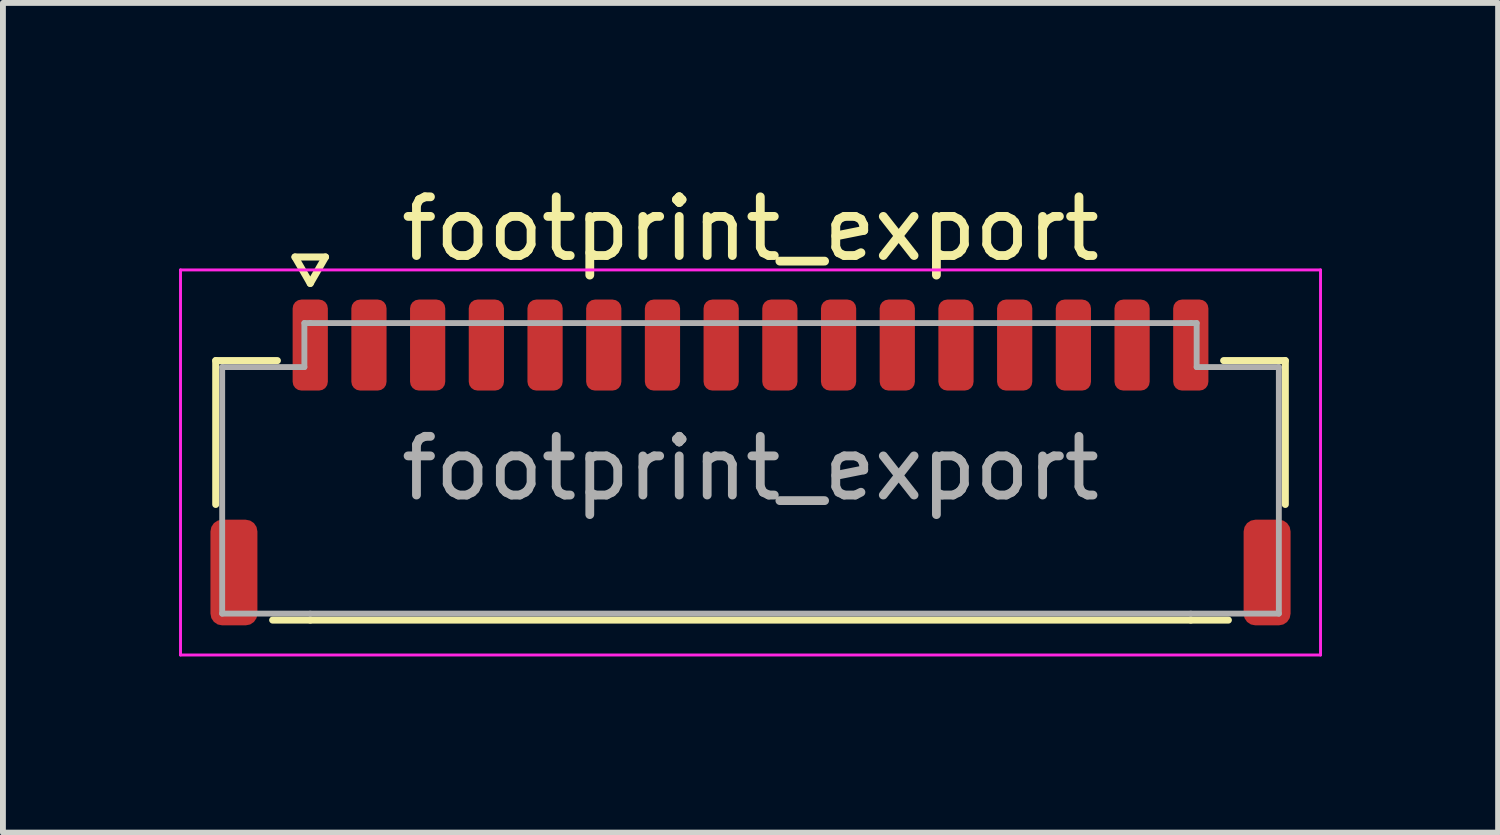
<source format=kicad_pcb>
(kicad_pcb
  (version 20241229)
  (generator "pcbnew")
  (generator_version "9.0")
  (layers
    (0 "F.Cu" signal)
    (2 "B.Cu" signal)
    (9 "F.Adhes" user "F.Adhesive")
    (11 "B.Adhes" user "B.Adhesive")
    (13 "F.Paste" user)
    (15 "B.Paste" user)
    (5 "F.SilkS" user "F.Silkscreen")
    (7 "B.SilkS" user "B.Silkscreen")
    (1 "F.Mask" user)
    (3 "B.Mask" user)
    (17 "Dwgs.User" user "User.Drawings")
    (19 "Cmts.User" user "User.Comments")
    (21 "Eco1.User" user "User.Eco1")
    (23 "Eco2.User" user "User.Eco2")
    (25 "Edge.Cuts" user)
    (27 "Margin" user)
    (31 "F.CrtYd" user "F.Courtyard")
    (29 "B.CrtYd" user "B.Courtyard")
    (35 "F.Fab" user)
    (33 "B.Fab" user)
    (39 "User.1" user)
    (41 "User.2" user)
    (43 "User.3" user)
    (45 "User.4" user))
  (footprint "footprint_export"
    (layer "F.Cu")
    (at 9.735 4.928)
    (property "Reference" "footprint_export" (at 0 -4.08 0) (layer "F.SilkS") (effects (font (size 1 1) (thickness 0.15))))
    (attr smd)
    (fp_line (start -9.11 -1.835) (end -8.06 -1.835) (stroke (width 0.12) (type solid)) (layer "F.SilkS"))
    (fp_line (start -9.11 0.615) (end -9.11 -1.835) (stroke (width 0.12) (type solid)) (layer "F.SilkS"))
    (fp_line (start -7.76 -3.6) (end -7.5 -3.15) (stroke (width 0.12) (type solid)) (layer "F.SilkS"))
    (fp_line (start -7.5 -3.15) (end -7.24 -3.6) (stroke (width 0.12) (type solid)) (layer "F.SilkS"))
    (fp_line (start -7.5 2.585) (end -8.14 2.585) (stroke (width 0.12) (type solid)) (layer "F.SilkS"))
    (fp_line (start -7.24 -3.6) (end -7.76 -3.6) (stroke (width 0.12) (type solid)) (layer "F.SilkS"))
    (fp_line (start 7.5 2.585) (end -7.5 2.585) (stroke (width 0.12) (type solid)) (layer "F.SilkS"))
    (fp_line (start 8.06 -1.835) (end 9.11 -1.835) (stroke (width 0.12) (type solid)) (layer "F.SilkS"))
    (fp_line (start 8.14 2.585) (end 7.5 2.585) (stroke (width 0.12) (type solid)) (layer "F.SilkS"))
    (fp_line (start 9.11 -1.835) (end 9.11 0.615) (stroke (width 0.12) (type solid)) (layer "F.SilkS"))
    (fp_line (start -9.71 -3.38) (end -9.71 3.18) (stroke (width 0.05) (type solid)) (layer "F.CrtYd"))
    (fp_line (start -9.71 3.18) (end 9.71 3.18) (stroke (width 0.05) (type solid)) (layer "F.CrtYd"))
    (fp_line (start 9.71 -3.38) (end -9.71 -3.38) (stroke (width 0.05) (type solid)) (layer "F.CrtYd"))
    (fp_line (start 9.71 3.18) (end 9.71 -3.38) (stroke (width 0.05) (type solid)) (layer "F.CrtYd"))
    (fp_line (start -9 -1.725) (end -7.6 -1.725) (stroke (width 0.1) (type solid)) (layer "F.Fab"))
    (fp_line (start -9 2.475) (end -9 -1.725) (stroke (width 0.1) (type solid)) (layer "F.Fab"))
    (fp_line (start -7.6 -2.475) (end -7.5 -2.475) (stroke (width 0.1) (type solid)) (layer "F.Fab"))
    (fp_line (start -7.6 -1.725) (end -7.6 -2.475) (stroke (width 0.1) (type solid)) (layer "F.Fab"))
    (fp_line (start -7.5 -2.475) (end 7.5 -2.475) (stroke (width 0.1) (type solid)) (layer "F.Fab"))
    (fp_line (start -7.5 2.475) (end -9 2.475) (stroke (width 0.1) (type solid)) (layer "F.Fab"))
    (fp_line (start 7.5 -2.475) (end 7.6 -2.475) (stroke (width 0.1) (type solid)) (layer "F.Fab"))
    (fp_line (start 7.5 2.475) (end -7.5 2.475) (stroke (width 0.1) (type solid)) (layer "F.Fab"))
    (fp_line (start 7.6 -2.475) (end 7.6 -1.725) (stroke (width 0.1) (type solid)) (layer "F.Fab"))
    (fp_line (start 7.6 -1.725) (end 9 -1.725) (stroke (width 0.1) (type solid)) (layer "F.Fab"))
    (fp_line (start 9 -1.725) (end 9 2.475) (stroke (width 0.1) (type solid)) (layer "F.Fab"))
    (fp_line (start 9 2.475) (end 7.5 2.475) (stroke (width 0.1) (type solid)) (layer "F.Fab"))
    (fp_text user "${REFERENCE}" (at 0 0 0) (layer "F.Fab") (effects (font (size 1 1) (thickness 0.15))))
    (pad "1" smd roundrect (at -7.5 -2.1) (size 0.6 1.55) (layers "F.Cu" "F.Mask" "F.Paste") (roundrect_rratio 0.25))
    (pad "2" smd roundrect (at -6.5 -2.1) (size 0.6 1.55) (layers "F.Cu" "F.Mask" "F.Paste") (roundrect_rratio 0.25))
    (pad "3" smd roundrect (at -5.5 -2.1) (size 0.6 1.55) (layers "F.Cu" "F.Mask" "F.Paste") (roundrect_rratio 0.25))
    (pad "4" smd roundrect (at -4.5 -2.1) (size 0.6 1.55) (layers "F.Cu" "F.Mask" "F.Paste") (roundrect_rratio 0.25))
    (pad "5" smd roundrect (at -3.5 -2.1) (size 0.6 1.55) (layers "F.Cu" "F.Mask" "F.Paste") (roundrect_rratio 0.25))
    (pad "6" smd roundrect (at -2.5 -2.1) (size 0.6 1.55) (layers "F.Cu" "F.Mask" "F.Paste") (roundrect_rratio 0.25))
    (pad "7" smd roundrect (at -1.5 -2.1) (size 0.6 1.55) (layers "F.Cu" "F.Mask" "F.Paste") (roundrect_rratio 0.25))
    (pad "8" smd roundrect (at -0.5 -2.1) (size 0.6 1.55) (layers "F.Cu" "F.Mask" "F.Paste") (roundrect_rratio 0.25))
    (pad "9" smd roundrect (at 0.5 -2.1) (size 0.6 1.55) (layers "F.Cu" "F.Mask" "F.Paste") (roundrect_rratio 0.25))
    (pad "10" smd roundrect (at 1.5 -2.1) (size 0.6 1.55) (layers "F.Cu" "F.Mask" "F.Paste") (roundrect_rratio 0.25))
    (pad "11" smd roundrect (at 2.5 -2.1) (size 0.6 1.55) (layers "F.Cu" "F.Mask" "F.Paste") (roundrect_rratio 0.25))
    (pad "12" smd roundrect (at 3.5 -2.1) (size 0.6 1.55) (layers "F.Cu" "F.Mask" "F.Paste") (roundrect_rratio 0.25))
    (pad "13" smd roundrect (at 4.5 -2.1) (size 0.6 1.55) (layers "F.Cu" "F.Mask" "F.Paste") (roundrect_rratio 0.25))
    (pad "14" smd roundrect (at 5.5 -2.1) (size 0.6 1.55) (layers "F.Cu" "F.Mask" "F.Paste") (roundrect_rratio 0.25))
    (pad "15" smd roundrect (at 6.5 -2.1) (size 0.6 1.55) (layers "F.Cu" "F.Mask" "F.Paste") (roundrect_rratio 0.25))
    (pad "16" smd roundrect (at 7.5 -2.1) (size 0.6 1.55) (layers "F.Cu" "F.Mask" "F.Paste") (roundrect_rratio 0.25))
    (pad "MP" smd roundrect (at -8.8 1.775) (size 0.8 1.8) (layers "F.Cu" "F.Mask" "F.Paste") (roundrect_rratio 0.25))
    (pad "MP" smd roundrect (at 8.8 1.775) (size 0.8 1.8) (layers "F.Cu" "F.Mask" "F.Paste") (roundrect_rratio 0.25)))
  (gr_rect
    (start -3 -3)
    (end 22.47 11.133)
    (stroke (width 0.1) (type default))
    (fill no)
    (layer "Edge.Cuts")))
</source>
